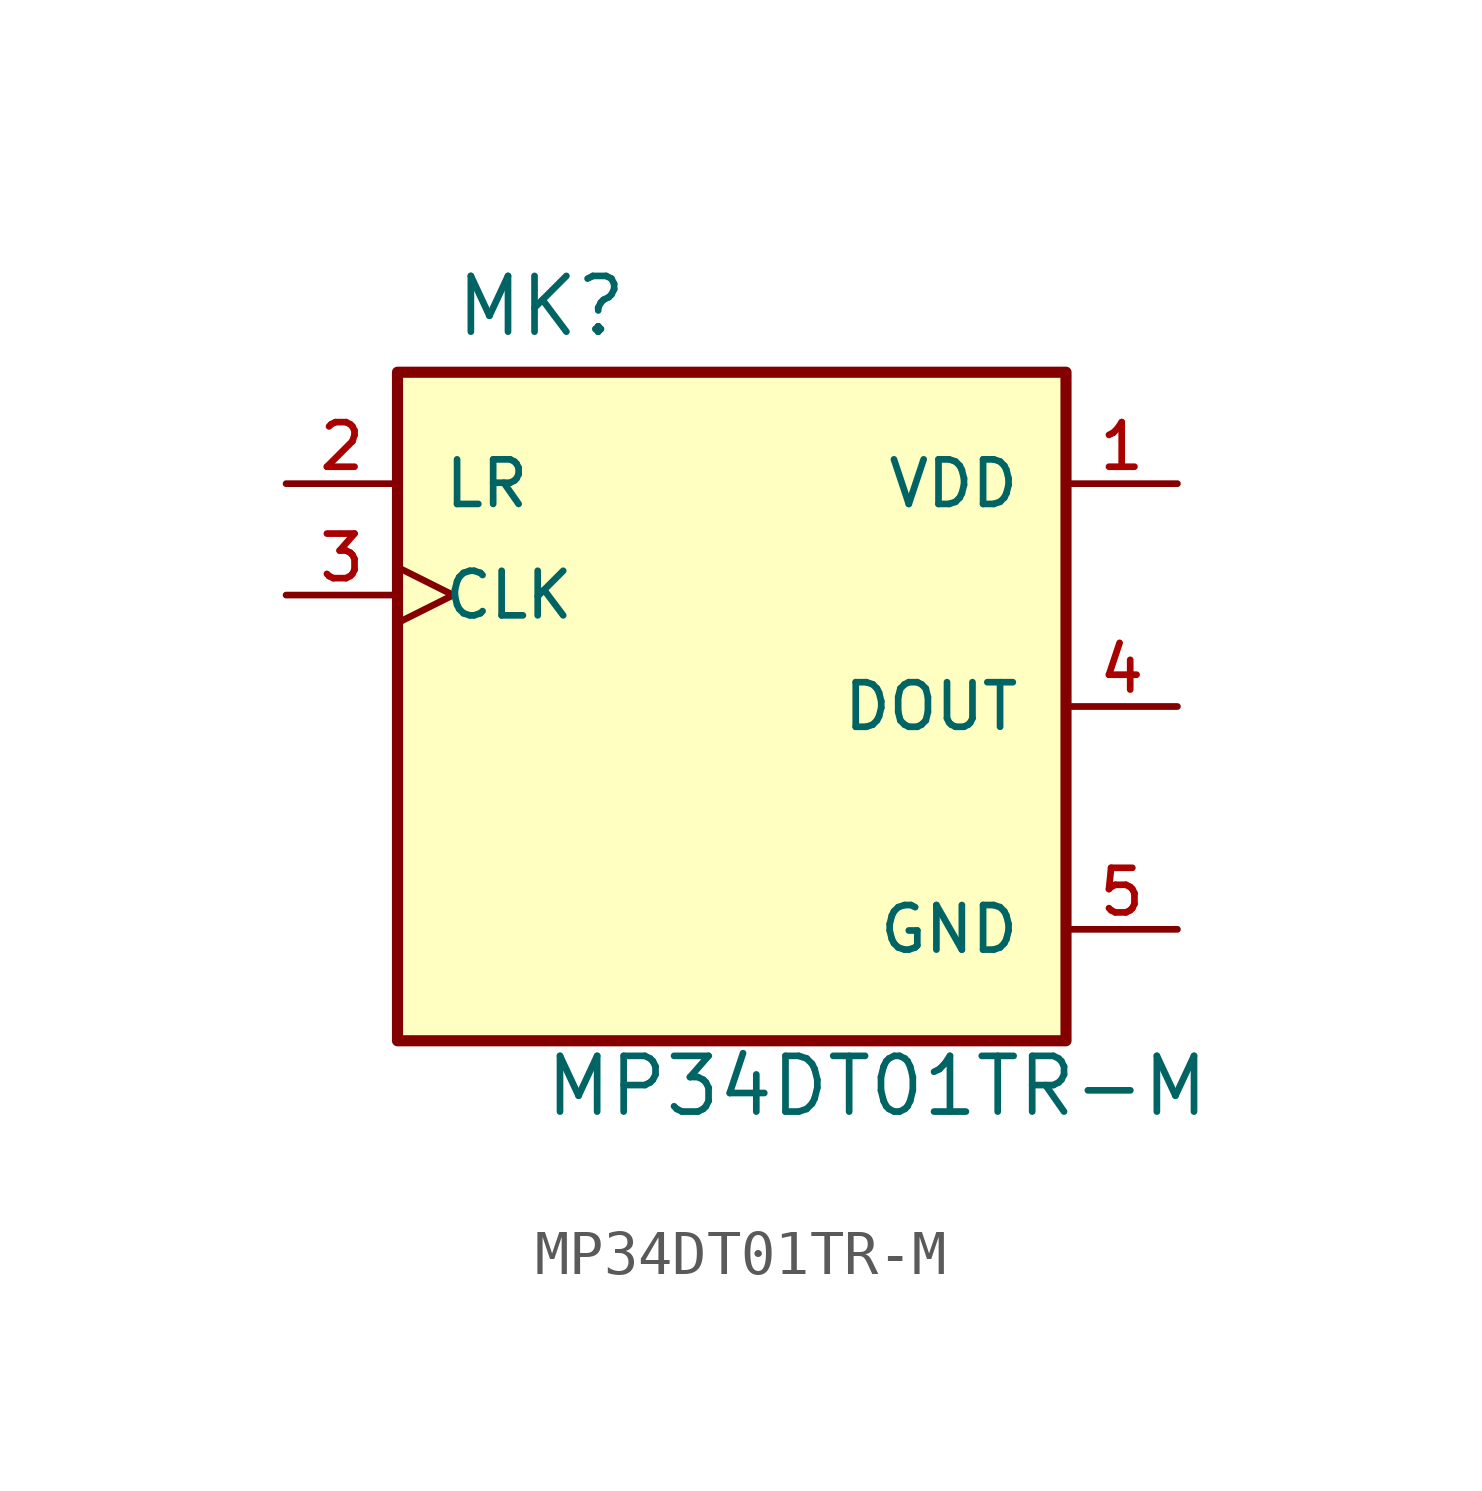
<source format=kicad_sym>
(kicad_symbol_lib
  (version 20241209)
  (generator "kicad_symbol_editor")
  (generator_version "9.0")
  (symbol "MP34DT01TR-M"
    (pin_names
      (offset 1.016))
    (property "Reference" "MK"
      (at -6.35 8.382 0)
      (effects (font (size 1.27 1.27)) (justify left bottom)))
    (property "Value" "MP34DT01TR-M"
      (at -4.318 -9.398 0)
      (effects (font (size 1.27 1.27)) (justify left bottom)))
    (symbol "MP34DT01TR-M_0_0"
      (rectangle (start -7.62 7.62) (end 7.62 -7.62) (stroke (width 0.254) (type default)) (fill (type background)))
      (pin input line (at -10.16 5.08 0) (length 2.54) (name "LR" (effects (font (size 1.016 1.016)))) (number "2" (effects (font (size 1.016 1.016)))))
      (pin input clock (at -10.16 2.54 0) (length 2.54) (name "CLK" (effects (font (size 1.016 1.016)))) (number "3" (effects (font (size 1.016 1.016)))))
      (pin power_in line (at 10.16 5.08 180) (length 2.54) (name "VDD" (effects (font (size 1.016 1.016)))) (number "1" (effects (font (size 1.016 1.016)))))
      (pin output line (at 10.16 0 180) (length 2.54) (name "DOUT" (effects (font (size 1.016 1.016)))) (number "4" (effects (font (size 1.016 1.016)))))
      (pin power_in line (at 10.16 -5.08 180) (length 2.54) (name "GND" (effects (font (size 1.016 1.016)))) (number "5" (effects (font (size 1.016 1.016))))))))
</source>
